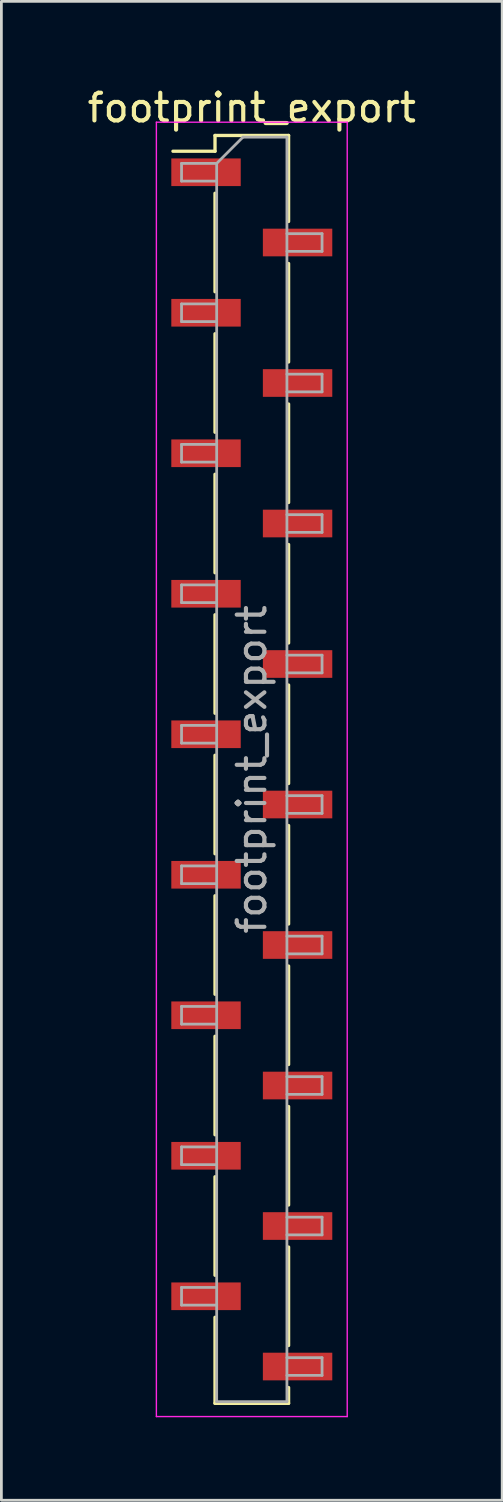
<source format=kicad_pcb>
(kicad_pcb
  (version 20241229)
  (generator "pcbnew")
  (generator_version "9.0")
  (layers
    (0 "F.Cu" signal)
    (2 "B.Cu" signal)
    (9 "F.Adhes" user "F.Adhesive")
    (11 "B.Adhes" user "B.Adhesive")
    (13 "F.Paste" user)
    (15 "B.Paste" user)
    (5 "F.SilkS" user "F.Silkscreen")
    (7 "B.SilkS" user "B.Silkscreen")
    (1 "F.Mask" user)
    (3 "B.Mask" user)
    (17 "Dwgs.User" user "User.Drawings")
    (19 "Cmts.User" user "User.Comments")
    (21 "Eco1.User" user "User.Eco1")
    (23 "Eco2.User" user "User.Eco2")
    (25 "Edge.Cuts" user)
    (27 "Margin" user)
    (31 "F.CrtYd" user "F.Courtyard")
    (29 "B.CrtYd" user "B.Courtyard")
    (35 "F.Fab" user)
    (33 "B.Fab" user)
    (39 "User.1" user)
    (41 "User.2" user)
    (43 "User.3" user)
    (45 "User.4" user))
  (footprint "footprint_export"
    (layer "F.Cu")
    (at 6.054 24.768)
    (property "Reference" "footprint_export" (at 0 -23.92 0) (layer "F.SilkS") (effects (font (size 1 1) (thickness 0.15))))
    (attr smd)
    (fp_line (start -1.33 -22.92) (end -1.33 -22.35) (stroke (width 0.12) (type solid)) (layer "F.SilkS"))
    (fp_line (start -1.33 -22.92) (end 1.33 -22.92) (stroke (width 0.12) (type solid)) (layer "F.SilkS"))
    (fp_line (start -1.33 -22.35) (end -2.85 -22.35) (stroke (width 0.12) (type solid)) (layer "F.SilkS"))
    (fp_line (start -1.33 -20.83) (end -1.33 -17.27) (stroke (width 0.12) (type solid)) (layer "F.SilkS"))
    (fp_line (start -1.33 -15.75) (end -1.33 -12.19) (stroke (width 0.12) (type solid)) (layer "F.SilkS"))
    (fp_line (start -1.33 -10.67) (end -1.33 -7.11) (stroke (width 0.12) (type solid)) (layer "F.SilkS"))
    (fp_line (start -1.33 -5.59) (end -1.33 -2.03) (stroke (width 0.12) (type solid)) (layer "F.SilkS"))
    (fp_line (start -1.33 -0.51) (end -1.33 3.05) (stroke (width 0.12) (type solid)) (layer "F.SilkS"))
    (fp_line (start -1.33 4.57) (end -1.33 8.13) (stroke (width 0.12) (type solid)) (layer "F.SilkS"))
    (fp_line (start -1.33 9.65) (end -1.33 13.21) (stroke (width 0.12) (type solid)) (layer "F.SilkS"))
    (fp_line (start -1.33 14.73) (end -1.33 18.29) (stroke (width 0.12) (type solid)) (layer "F.SilkS"))
    (fp_line (start -1.33 19.81) (end -1.33 22.92) (stroke (width 0.12) (type solid)) (layer "F.SilkS"))
    (fp_line (start -1.33 22.92) (end 1.33 22.92) (stroke (width 0.12) (type solid)) (layer "F.SilkS"))
    (fp_line (start 1.33 -22.92) (end 1.33 -19.81) (stroke (width 0.12) (type solid)) (layer "F.SilkS"))
    (fp_line (start 1.33 -18.29) (end 1.33 -14.73) (stroke (width 0.12) (type solid)) (layer "F.SilkS"))
    (fp_line (start 1.33 -13.21) (end 1.33 -9.65) (stroke (width 0.12) (type solid)) (layer "F.SilkS"))
    (fp_line (start 1.33 -8.13) (end 1.33 -4.57) (stroke (width 0.12) (type solid)) (layer "F.SilkS"))
    (fp_line (start 1.33 -3.05) (end 1.33 0.51) (stroke (width 0.12) (type solid)) (layer "F.SilkS"))
    (fp_line (start 1.33 2.03) (end 1.33 5.59) (stroke (width 0.12) (type solid)) (layer "F.SilkS"))
    (fp_line (start 1.33 7.11) (end 1.33 10.67) (stroke (width 0.12) (type solid)) (layer "F.SilkS"))
    (fp_line (start 1.33 12.19) (end 1.33 15.75) (stroke (width 0.12) (type solid)) (layer "F.SilkS"))
    (fp_line (start 1.33 17.27) (end 1.33 20.83) (stroke (width 0.12) (type solid)) (layer "F.SilkS"))
    (fp_line (start 1.33 22.35) (end 1.33 22.92) (stroke (width 0.12) (type solid)) (layer "F.SilkS"))
    (fp_line (start -3.45 -23.4) (end -3.45 23.4) (stroke (width 0.05) (type solid)) (layer "F.CrtYd"))
    (fp_line (start -3.45 23.4) (end 3.45 23.4) (stroke (width 0.05) (type solid)) (layer "F.CrtYd"))
    (fp_line (start 3.45 -23.4) (end -3.45 -23.4) (stroke (width 0.05) (type solid)) (layer "F.CrtYd"))
    (fp_line (start 3.45 23.4) (end 3.45 -23.4) (stroke (width 0.05) (type solid)) (layer "F.CrtYd"))
    (fp_line (start -2.54 -21.91) (end -2.54 -21.27) (stroke (width 0.1) (type solid)) (layer "F.Fab"))
    (fp_line (start -2.54 -21.27) (end -1.27 -21.27) (stroke (width 0.1) (type solid)) (layer "F.Fab"))
    (fp_line (start -2.54 -16.83) (end -2.54 -16.19) (stroke (width 0.1) (type solid)) (layer "F.Fab"))
    (fp_line (start -2.54 -16.19) (end -1.27 -16.19) (stroke (width 0.1) (type solid)) (layer "F.Fab"))
    (fp_line (start -2.54 -11.75) (end -2.54 -11.11) (stroke (width 0.1) (type solid)) (layer "F.Fab"))
    (fp_line (start -2.54 -11.11) (end -1.27 -11.11) (stroke (width 0.1) (type solid)) (layer "F.Fab"))
    (fp_line (start -2.54 -6.67) (end -2.54 -6.03) (stroke (width 0.1) (type solid)) (layer "F.Fab"))
    (fp_line (start -2.54 -6.03) (end -1.27 -6.03) (stroke (width 0.1) (type solid)) (layer "F.Fab"))
    (fp_line (start -2.54 -1.59) (end -2.54 -0.95) (stroke (width 0.1) (type solid)) (layer "F.Fab"))
    (fp_line (start -2.54 -0.95) (end -1.27 -0.95) (stroke (width 0.1) (type solid)) (layer "F.Fab"))
    (fp_line (start -2.54 3.49) (end -2.54 4.13) (stroke (width 0.1) (type solid)) (layer "F.Fab"))
    (fp_line (start -2.54 4.13) (end -1.27 4.13) (stroke (width 0.1) (type solid)) (layer "F.Fab"))
    (fp_line (start -2.54 8.57) (end -2.54 9.21) (stroke (width 0.1) (type solid)) (layer "F.Fab"))
    (fp_line (start -2.54 9.21) (end -1.27 9.21) (stroke (width 0.1) (type solid)) (layer "F.Fab"))
    (fp_line (start -2.54 13.65) (end -2.54 14.29) (stroke (width 0.1) (type solid)) (layer "F.Fab"))
    (fp_line (start -2.54 14.29) (end -1.27 14.29) (stroke (width 0.1) (type solid)) (layer "F.Fab"))
    (fp_line (start -2.54 18.73) (end -2.54 19.37) (stroke (width 0.1) (type solid)) (layer "F.Fab"))
    (fp_line (start -2.54 19.37) (end -1.27 19.37) (stroke (width 0.1) (type solid)) (layer "F.Fab"))
    (fp_line (start -1.27 -21.91) (end -2.54 -21.91) (stroke (width 0.1) (type solid)) (layer "F.Fab"))
    (fp_line (start -1.27 -21.91) (end -0.32 -22.86) (stroke (width 0.1) (type solid)) (layer "F.Fab"))
    (fp_line (start -1.27 -16.83) (end -2.54 -16.83) (stroke (width 0.1) (type solid)) (layer "F.Fab"))
    (fp_line (start -1.27 -11.75) (end -2.54 -11.75) (stroke (width 0.1) (type solid)) (layer "F.Fab"))
    (fp_line (start -1.27 -6.67) (end -2.54 -6.67) (stroke (width 0.1) (type solid)) (layer "F.Fab"))
    (fp_line (start -1.27 -1.59) (end -2.54 -1.59) (stroke (width 0.1) (type solid)) (layer "F.Fab"))
    (fp_line (start -1.27 3.49) (end -2.54 3.49) (stroke (width 0.1) (type solid)) (layer "F.Fab"))
    (fp_line (start -1.27 8.57) (end -2.54 8.57) (stroke (width 0.1) (type solid)) (layer "F.Fab"))
    (fp_line (start -1.27 13.65) (end -2.54 13.65) (stroke (width 0.1) (type solid)) (layer "F.Fab"))
    (fp_line (start -1.27 18.73) (end -2.54 18.73) (stroke (width 0.1) (type solid)) (layer "F.Fab"))
    (fp_line (start -1.27 22.86) (end -1.27 -21.91) (stroke (width 0.1) (type solid)) (layer "F.Fab"))
    (fp_line (start -0.32 -22.86) (end 1.27 -22.86) (stroke (width 0.1) (type solid)) (layer "F.Fab"))
    (fp_line (start 1.27 -22.86) (end 1.27 22.86) (stroke (width 0.1) (type solid)) (layer "F.Fab"))
    (fp_line (start 1.27 -19.37) (end 2.54 -19.37) (stroke (width 0.1) (type solid)) (layer "F.Fab"))
    (fp_line (start 1.27 -14.29) (end 2.54 -14.29) (stroke (width 0.1) (type solid)) (layer "F.Fab"))
    (fp_line (start 1.27 -9.21) (end 2.54 -9.21) (stroke (width 0.1) (type solid)) (layer "F.Fab"))
    (fp_line (start 1.27 -4.13) (end 2.54 -4.13) (stroke (width 0.1) (type solid)) (layer "F.Fab"))
    (fp_line (start 1.27 0.95) (end 2.54 0.95) (stroke (width 0.1) (type solid)) (layer "F.Fab"))
    (fp_line (start 1.27 6.03) (end 2.54 6.03) (stroke (width 0.1) (type solid)) (layer "F.Fab"))
    (fp_line (start 1.27 11.11) (end 2.54 11.11) (stroke (width 0.1) (type solid)) (layer "F.Fab"))
    (fp_line (start 1.27 16.19) (end 2.54 16.19) (stroke (width 0.1) (type solid)) (layer "F.Fab"))
    (fp_line (start 1.27 21.27) (end 2.54 21.27) (stroke (width 0.1) (type solid)) (layer "F.Fab"))
    (fp_line (start 1.27 22.86) (end -1.27 22.86) (stroke (width 0.1) (type solid)) (layer "F.Fab"))
    (fp_line (start 2.54 -19.37) (end 2.54 -18.73) (stroke (width 0.1) (type solid)) (layer "F.Fab"))
    (fp_line (start 2.54 -18.73) (end 1.27 -18.73) (stroke (width 0.1) (type solid)) (layer "F.Fab"))
    (fp_line (start 2.54 -14.29) (end 2.54 -13.65) (stroke (width 0.1) (type solid)) (layer "F.Fab"))
    (fp_line (start 2.54 -13.65) (end 1.27 -13.65) (stroke (width 0.1) (type solid)) (layer "F.Fab"))
    (fp_line (start 2.54 -9.21) (end 2.54 -8.57) (stroke (width 0.1) (type solid)) (layer "F.Fab"))
    (fp_line (start 2.54 -8.57) (end 1.27 -8.57) (stroke (width 0.1) (type solid)) (layer "F.Fab"))
    (fp_line (start 2.54 -4.13) (end 2.54 -3.49) (stroke (width 0.1) (type solid)) (layer "F.Fab"))
    (fp_line (start 2.54 -3.49) (end 1.27 -3.49) (stroke (width 0.1) (type solid)) (layer "F.Fab"))
    (fp_line (start 2.54 0.95) (end 2.54 1.59) (stroke (width 0.1) (type solid)) (layer "F.Fab"))
    (fp_line (start 2.54 1.59) (end 1.27 1.59) (stroke (width 0.1) (type solid)) (layer "F.Fab"))
    (fp_line (start 2.54 6.03) (end 2.54 6.67) (stroke (width 0.1) (type solid)) (layer "F.Fab"))
    (fp_line (start 2.54 6.67) (end 1.27 6.67) (stroke (width 0.1) (type solid)) (layer "F.Fab"))
    (fp_line (start 2.54 11.11) (end 2.54 11.75) (stroke (width 0.1) (type solid)) (layer "F.Fab"))
    (fp_line (start 2.54 11.75) (end 1.27 11.75) (stroke (width 0.1) (type solid)) (layer "F.Fab"))
    (fp_line (start 2.54 16.19) (end 2.54 16.83) (stroke (width 0.1) (type solid)) (layer "F.Fab"))
    (fp_line (start 2.54 16.83) (end 1.27 16.83) (stroke (width 0.1) (type solid)) (layer "F.Fab"))
    (fp_line (start 2.54 21.27) (end 2.54 21.91) (stroke (width 0.1) (type solid)) (layer "F.Fab"))
    (fp_line (start 2.54 21.91) (end 1.27 21.91) (stroke (width 0.1) (type solid)) (layer "F.Fab"))
    (fp_text user "${REFERENCE}" (at 0 0 90) (layer "F.Fab") (effects (font (size 1 1) (thickness 0.15))))
    (pad "1" smd rect (at -1.655 -21.59) (size 2.51 1) (layers "F.Cu" "F.Mask" "F.Paste"))
    (pad "2" smd rect (at 1.655 -19.05) (size 2.51 1) (layers "F.Cu" "F.Mask" "F.Paste"))
    (pad "3" smd rect (at -1.655 -16.51) (size 2.51 1) (layers "F.Cu" "F.Mask" "F.Paste"))
    (pad "4" smd rect (at 1.655 -13.97) (size 2.51 1) (layers "F.Cu" "F.Mask" "F.Paste"))
    (pad "5" smd rect (at -1.655 -11.43) (size 2.51 1) (layers "F.Cu" "F.Mask" "F.Paste"))
    (pad "6" smd rect (at 1.655 -8.89) (size 2.51 1) (layers "F.Cu" "F.Mask" "F.Paste"))
    (pad "7" smd rect (at -1.655 -6.35) (size 2.51 1) (layers "F.Cu" "F.Mask" "F.Paste"))
    (pad "8" smd rect (at 1.655 -3.81) (size 2.51 1) (layers "F.Cu" "F.Mask" "F.Paste"))
    (pad "9" smd rect (at -1.655 -1.27) (size 2.51 1) (layers "F.Cu" "F.Mask" "F.Paste"))
    (pad "10" smd rect (at 1.655 1.27) (size 2.51 1) (layers "F.Cu" "F.Mask" "F.Paste"))
    (pad "11" smd rect (at -1.655 3.81) (size 2.51 1) (layers "F.Cu" "F.Mask" "F.Paste"))
    (pad "12" smd rect (at 1.655 6.35) (size 2.51 1) (layers "F.Cu" "F.Mask" "F.Paste"))
    (pad "13" smd rect (at -1.655 8.89) (size 2.51 1) (layers "F.Cu" "F.Mask" "F.Paste"))
    (pad "14" smd rect (at 1.655 11.43) (size 2.51 1) (layers "F.Cu" "F.Mask" "F.Paste"))
    (pad "15" smd rect (at -1.655 13.97) (size 2.51 1) (layers "F.Cu" "F.Mask" "F.Paste"))
    (pad "16" smd rect (at 1.655 16.51) (size 2.51 1) (layers "F.Cu" "F.Mask" "F.Paste"))
    (pad "17" smd rect (at -1.655 19.05) (size 2.51 1) (layers "F.Cu" "F.Mask" "F.Paste"))
    (pad "18" smd rect (at 1.655 21.59) (size 2.51 1) (layers "F.Cu" "F.Mask" "F.Paste")))
  (gr_rect
    (start -3 -3)
    (end 15.107 51.193)
    (stroke (width 0.1) (type default))
    (fill no)
    (layer "Edge.Cuts")))
</source>
